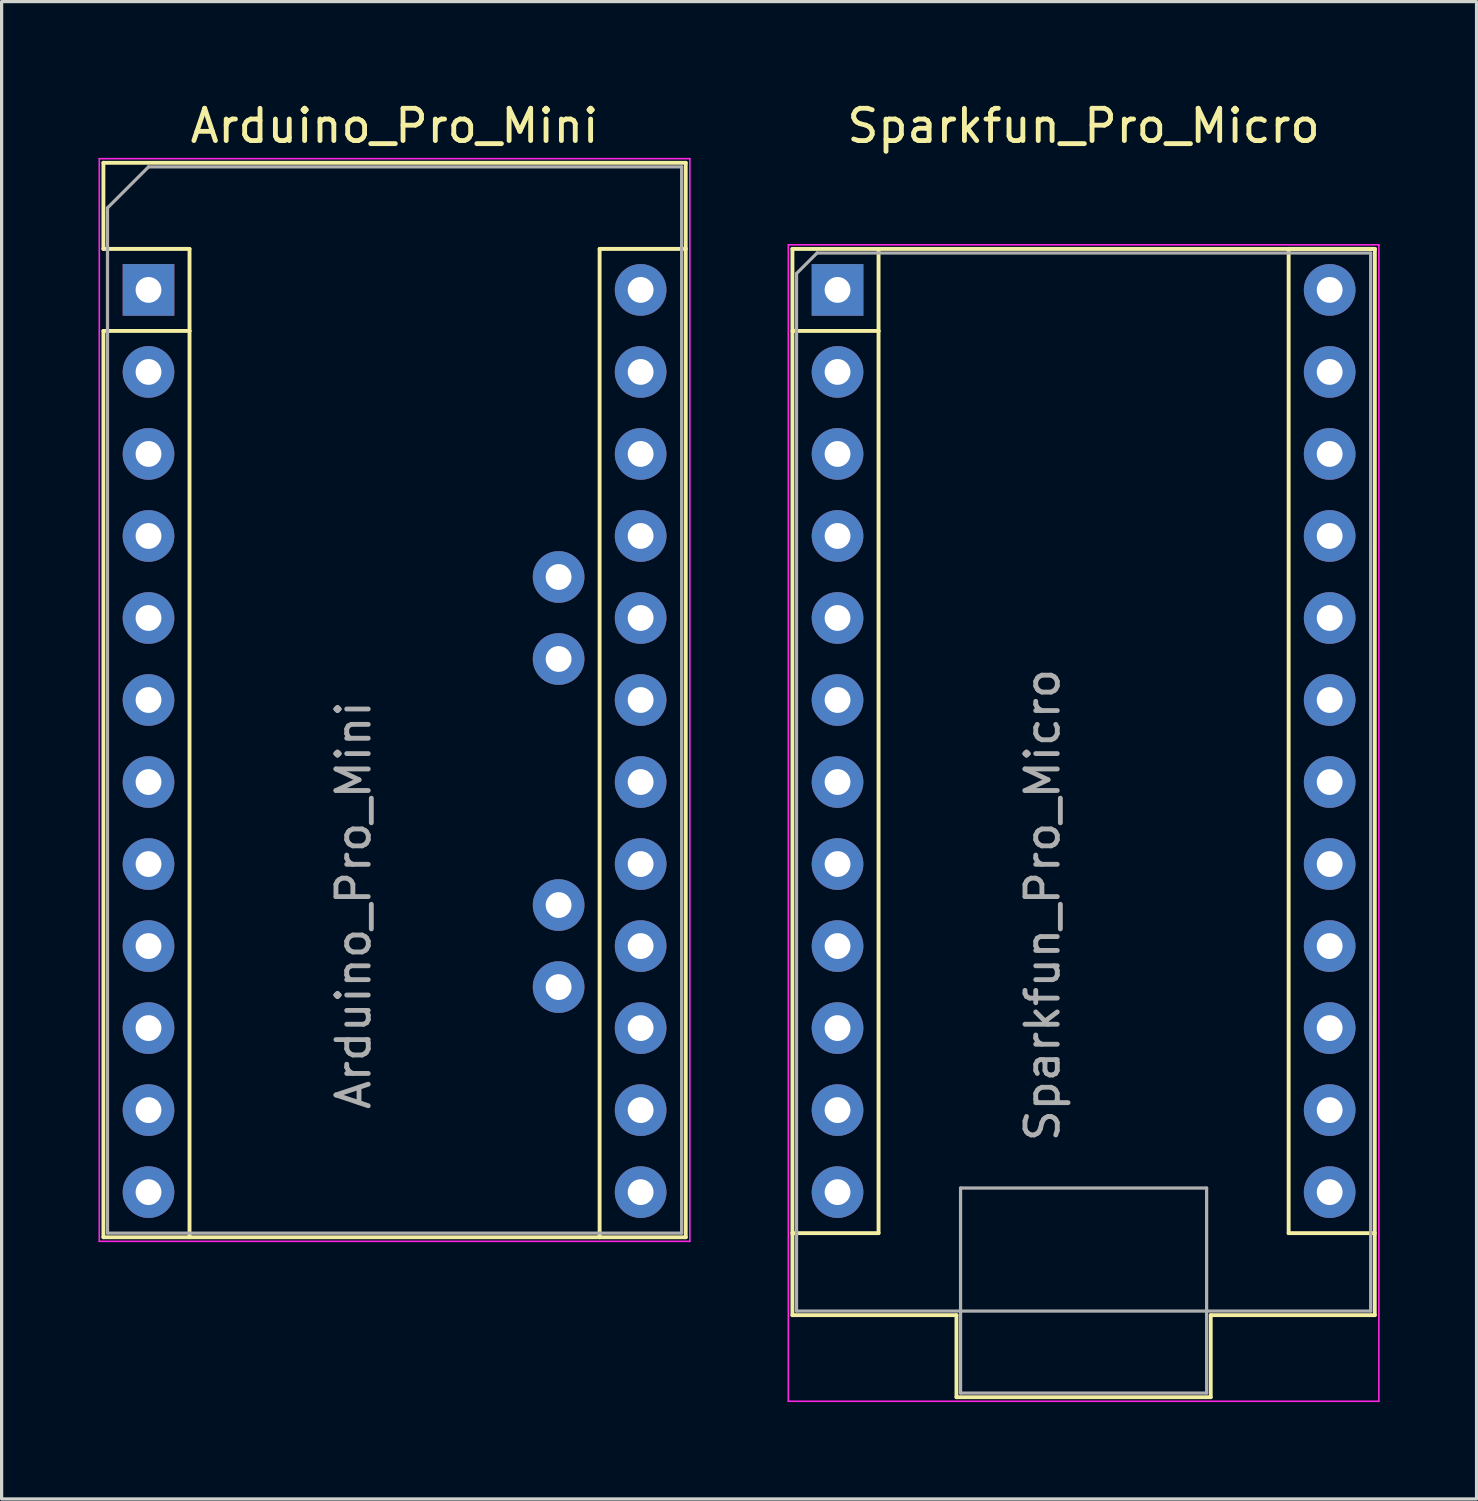
<source format=kicad_pcb>
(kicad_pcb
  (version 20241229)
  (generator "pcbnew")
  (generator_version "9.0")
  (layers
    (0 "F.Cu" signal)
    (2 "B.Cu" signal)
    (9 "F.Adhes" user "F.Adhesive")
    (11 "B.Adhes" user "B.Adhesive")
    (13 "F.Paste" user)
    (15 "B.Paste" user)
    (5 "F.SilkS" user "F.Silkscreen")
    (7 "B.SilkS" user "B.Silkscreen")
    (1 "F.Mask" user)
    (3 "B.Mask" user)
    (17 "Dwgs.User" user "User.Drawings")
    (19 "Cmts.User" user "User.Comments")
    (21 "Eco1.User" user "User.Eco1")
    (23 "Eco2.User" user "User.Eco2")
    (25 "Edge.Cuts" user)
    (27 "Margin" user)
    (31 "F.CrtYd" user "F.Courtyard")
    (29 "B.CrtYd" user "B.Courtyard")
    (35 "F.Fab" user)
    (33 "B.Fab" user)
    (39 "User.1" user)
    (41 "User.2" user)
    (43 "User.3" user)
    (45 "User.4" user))
  (footprint "Arduino_Pro_Mini"
    (layer "F.Cu")
    (at 1.549 5.928)
    (property "Reference" "Arduino_Pro_Mini" (at 7.62 -5.08 0) (layer "F.SilkS") (effects (font (size 1 1) (thickness 0.15))))
    (attr through_hole)
    (fp_line (start -1.397 -3.937) (end -1.397 -1.27) (stroke (width 0.12) (type solid)) (layer "F.SilkS"))
    (fp_line (start -1.397 1.27) (end -1.397 29.337) (stroke (width 0.12) (type solid)) (layer "F.SilkS"))
    (fp_line (start -1.397 29.337) (end 16.64 29.337) (stroke (width 0.12) (type solid)) (layer "F.SilkS"))
    (fp_line (start 1.27 -1.27) (end -1.397 -1.27) (stroke (width 0.12) (type solid)) (layer "F.SilkS"))
    (fp_line (start 1.27 1.27) (end -1.397 1.27) (stroke (width 0.12) (type solid)) (layer "F.SilkS"))
    (fp_line (start 1.27 1.27) (end 1.27 -1.27) (stroke (width 0.12) (type solid)) (layer "F.SilkS"))
    (fp_line (start 1.27 1.27) (end 1.27 29.337) (stroke (width 0.12) (type solid)) (layer "F.SilkS"))
    (fp_line (start 13.97 -1.27) (end 13.97 29.337) (stroke (width 0.12) (type solid)) (layer "F.SilkS"))
    (fp_line (start 13.97 -1.27) (end 16.64 -1.27) (stroke (width 0.12) (type solid)) (layer "F.SilkS"))
    (fp_line (start 16.637 -3.937) (end -1.397 -3.937) (stroke (width 0.12) (type solid)) (layer "F.SilkS"))
    (fp_line (start 16.637 29.337) (end 16.637 -3.937) (stroke (width 0.12) (type solid)) (layer "F.SilkS"))
    (fp_line (start -1.524 -4.064) (end -1.524 29.464) (stroke (width 0.05) (type solid)) (layer "F.CrtYd"))
    (fp_line (start -1.524 -4.064) (end 16.764 -4.064) (stroke (width 0.05) (type solid)) (layer "F.CrtYd"))
    (fp_line (start 16.764 29.464) (end -1.524 29.464) (stroke (width 0.05) (type solid)) (layer "F.CrtYd"))
    (fp_line (start 16.764 29.464) (end 16.764 -4.064) (stroke (width 0.05) (type solid)) (layer "F.CrtYd"))
    (fp_line (start -1.27 -2.54) (end 0 -3.81) (stroke (width 0.1) (type solid)) (layer "F.Fab"))
    (fp_line (start -1.27 29.21) (end -1.27 -2.54) (stroke (width 0.1) (type solid)) (layer "F.Fab"))
    (fp_line (start 0 -3.81) (end 16.51 -3.81) (stroke (width 0.1) (type solid)) (layer "F.Fab"))
    (fp_line (start 16.51 -3.81) (end 16.51 29.21) (stroke (width 0.1) (type solid)) (layer "F.Fab"))
    (fp_line (start 16.51 29.21) (end -1.27 29.21) (stroke (width 0.1) (type solid)) (layer "F.Fab"))
    (fp_text user "${REFERENCE}" (at 6.35 19.05 90) (layer "F.Fab") (effects (font (size 1 1) (thickness 0.15))))
    (pad "1" thru_hole rect (at 0 0) (size 1.6 1.6) (drill 0.8) (layers "*.Cu" "*.Mask"))
    (pad "2" thru_hole oval (at 0 2.54) (size 1.6 1.6) (drill 0.8) (layers "*.Cu" "*.Mask"))
    (pad "3" thru_hole oval (at 0 5.08) (size 1.6 1.6) (drill 0.8) (layers "*.Cu" "*.Mask"))
    (pad "4" thru_hole oval (at 0 7.62) (size 1.6 1.6) (drill 0.8) (layers "*.Cu" "*.Mask"))
    (pad "5" thru_hole oval (at 0 10.16) (size 1.6 1.6) (drill 0.8) (layers "*.Cu" "*.Mask"))
    (pad "6" thru_hole oval (at 0 12.7) (size 1.6 1.6) (drill 0.8) (layers "*.Cu" "*.Mask"))
    (pad "7" thru_hole oval (at 0 15.24) (size 1.6 1.6) (drill 0.8) (layers "*.Cu" "*.Mask"))
    (pad "8" thru_hole oval (at 0 17.78) (size 1.6 1.6) (drill 0.8) (layers "*.Cu" "*.Mask"))
    (pad "9" thru_hole oval (at 0 20.32) (size 1.6 1.6) (drill 0.8) (layers "*.Cu" "*.Mask"))
    (pad "10" thru_hole oval (at 0 22.86) (size 1.6 1.6) (drill 0.8) (layers "*.Cu" "*.Mask"))
    (pad "11" thru_hole oval (at 0 25.4) (size 1.6 1.6) (drill 0.8) (layers "*.Cu" "*.Mask"))
    (pad "12" thru_hole oval (at 0 27.94) (size 1.6 1.6) (drill 0.8) (layers "*.Cu" "*.Mask"))
    (pad "13" thru_hole oval (at 15.24 27.94) (size 1.6 1.6) (drill 0.8) (layers "*.Cu" "*.Mask"))
    (pad "14" thru_hole oval (at 15.24 25.4) (size 1.6 1.6) (drill 0.8) (layers "*.Cu" "*.Mask"))
    (pad "15" thru_hole oval (at 15.24 22.86) (size 1.6 1.6) (drill 0.8) (layers "*.Cu" "*.Mask"))
    (pad "16" thru_hole oval (at 15.24 20.32) (size 1.6 1.6) (drill 0.8) (layers "*.Cu" "*.Mask"))
    (pad "17" thru_hole oval (at 15.24 17.78) (size 1.6 1.6) (drill 0.8) (layers "*.Cu" "*.Mask"))
    (pad "18" thru_hole oval (at 15.24 15.24) (size 1.6 1.6) (drill 0.8) (layers "*.Cu" "*.Mask"))
    (pad "19" thru_hole oval (at 15.24 12.7) (size 1.6 1.6) (drill 0.8) (layers "*.Cu" "*.Mask"))
    (pad "20" thru_hole oval (at 15.24 10.16) (size 1.6 1.6) (drill 0.8) (layers "*.Cu" "*.Mask"))
    (pad "21" thru_hole oval (at 15.24 7.62) (size 1.6 1.6) (drill 0.8) (layers "*.Cu" "*.Mask"))
    (pad "22" thru_hole oval (at 15.24 5.08) (size 1.6 1.6) (drill 0.8) (layers "*.Cu" "*.Mask"))
    (pad "23" thru_hole oval (at 15.24 2.54) (size 1.6 1.6) (drill 0.8) (layers "*.Cu" "*.Mask"))
    (pad "24" thru_hole oval (at 15.24 0) (size 1.6 1.6) (drill 0.8) (layers "*.Cu" "*.Mask"))
    (pad "A4" thru_hole oval (at 12.7 11.43) (size 1.6 1.6) (drill 0.8) (layers "*.Cu" "*.Mask"))
    (pad "A5" thru_hole oval (at 12.7 8.89) (size 1.6 1.6) (drill 0.8) (layers "*.Cu" "*.Mask"))
    (pad "A6" thru_hole oval (at 12.7 21.59) (size 1.6 1.6) (drill 0.8) (layers "*.Cu" "*.Mask"))
    (pad "A7" thru_hole oval (at 12.7 19.05) (size 1.6 1.6) (drill 0.8) (layers "*.Cu" "*.Mask")))
  (footprint "Sparkfun_Pro_Micro"
    (layer "F.Cu")
    (at 22.887 5.928)
    (property "Reference" "Sparkfun_Pro_Micro" (at 7.62 -5.08 0) (layer "F.SilkS") (effects (font (size 1 1) (thickness 0.15))))
    (attr through_hole)
    (fp_line (start -1.397 -1.27) (end -1.397 31.75) (stroke (width 0.12) (type solid)) (layer "F.SilkS"))
    (fp_line (start -1.397 31.75) (end 3.683 31.75) (stroke (width 0.12) (type solid)) (layer "F.SilkS"))
    (fp_line (start 1.27 -1.27) (end -1.397 -1.27) (stroke (width 0.12) (type solid)) (layer "F.SilkS"))
    (fp_line (start 1.27 1.27) (end -1.397 1.27) (stroke (width 0.12) (type solid)) (layer "F.SilkS"))
    (fp_line (start 1.27 1.27) (end 1.27 -1.27) (stroke (width 0.12) (type solid)) (layer "F.SilkS"))
    (fp_line (start 1.27 1.27) (end 1.27 29.21) (stroke (width 0.12) (type solid)) (layer "F.SilkS"))
    (fp_line (start 1.27 29.21) (end -1.4 29.21) (stroke (width 0.12) (type solid)) (layer "F.SilkS"))
    (fp_line (start 3.683 34.29) (end 3.683 31.75) (stroke (width 0.12) (type solid)) (layer "F.SilkS"))
    (fp_line (start 3.683 34.29) (end 11.557 34.29) (stroke (width 0.12) (type solid)) (layer "F.SilkS"))
    (fp_line (start 11.557 31.75) (end 16.637 31.75) (stroke (width 0.12) (type solid)) (layer "F.SilkS"))
    (fp_line (start 11.557 34.29) (end 11.557 31.75) (stroke (width 0.12) (type solid)) (layer "F.SilkS"))
    (fp_line (start 13.97 -1.27) (end 13.97 29.21) (stroke (width 0.12) (type solid)) (layer "F.SilkS"))
    (fp_line (start 13.97 -1.27) (end 16.64 -1.27) (stroke (width 0.12) (type solid)) (layer "F.SilkS"))
    (fp_line (start 13.97 29.21) (end 16.64 29.21) (stroke (width 0.12) (type solid)) (layer "F.SilkS"))
    (fp_line (start 16.637 -1.27) (end 1.27 -1.27) (stroke (width 0.12) (type solid)) (layer "F.SilkS"))
    (fp_line (start 16.637 31.75) (end 16.64 -1.27) (stroke (width 0.12) (type solid)) (layer "F.SilkS"))
    (fp_line (start -1.524 -1.397) (end -1.524 34.417) (stroke (width 0.05) (type solid)) (layer "F.CrtYd"))
    (fp_line (start -1.524 -1.397) (end 16.764 -1.397) (stroke (width 0.05) (type solid)) (layer "F.CrtYd"))
    (fp_line (start 16.764 34.417) (end -1.524 34.417) (stroke (width 0.05) (type solid)) (layer "F.CrtYd"))
    (fp_line (start 16.764 34.417) (end 16.764 -1.397) (stroke (width 0.05) (type solid)) (layer "F.CrtYd"))
    (fp_line (start -1.27 -0.508) (end -0.635 -1.143) (stroke (width 0.1) (type solid)) (layer "F.Fab"))
    (fp_line (start -1.27 31.623) (end -1.27 -0.508) (stroke (width 0.1) (type solid)) (layer "F.Fab"))
    (fp_line (start -0.635 -1.143) (end 16.51 -1.143) (stroke (width 0.1) (type solid)) (layer "F.Fab"))
    (fp_line (start 3.81 27.813) (end 11.43 27.813) (stroke (width 0.1) (type solid)) (layer "F.Fab"))
    (fp_line (start 3.81 34.163) (end 3.81 27.813) (stroke (width 0.1) (type solid)) (layer "F.Fab"))
    (fp_line (start 11.43 27.813) (end 11.43 34.163) (stroke (width 0.1) (type solid)) (layer "F.Fab"))
    (fp_line (start 11.43 34.163) (end 3.81 34.163) (stroke (width 0.1) (type solid)) (layer "F.Fab"))
    (fp_line (start 16.51 -1.143) (end 16.51 31.623) (stroke (width 0.1) (type solid)) (layer "F.Fab"))
    (fp_line (start 16.51 31.623) (end -1.27 31.623) (stroke (width 0.1) (type solid)) (layer "F.Fab"))
    (fp_text user "${REFERENCE}" (at 6.35 19.05 90) (layer "F.Fab") (effects (font (size 1 1) (thickness 0.15))))
    (pad "1" thru_hole rect (at 0 0) (size 1.6 1.6) (drill 0.8) (layers "*.Cu" "*.Mask"))
    (pad "2" thru_hole oval (at 0 2.54) (size 1.6 1.6) (drill 0.8) (layers "*.Cu" "*.Mask"))
    (pad "3" thru_hole oval (at 0 5.08) (size 1.6 1.6) (drill 0.8) (layers "*.Cu" "*.Mask"))
    (pad "4" thru_hole oval (at 0 7.62) (size 1.6 1.6) (drill 0.8) (layers "*.Cu" "*.Mask"))
    (pad "5" thru_hole oval (at 0 10.16) (size 1.6 1.6) (drill 0.8) (layers "*.Cu" "*.Mask"))
    (pad "6" thru_hole oval (at 0 12.7) (size 1.6 1.6) (drill 0.8) (layers "*.Cu" "*.Mask"))
    (pad "7" thru_hole oval (at 0 15.24) (size 1.6 1.6) (drill 0.8) (layers "*.Cu" "*.Mask"))
    (pad "8" thru_hole oval (at 0 17.78) (size 1.6 1.6) (drill 0.8) (layers "*.Cu" "*.Mask"))
    (pad "9" thru_hole oval (at 0 20.32) (size 1.6 1.6) (drill 0.8) (layers "*.Cu" "*.Mask"))
    (pad "10" thru_hole oval (at 0 22.86) (size 1.6 1.6) (drill 0.8) (layers "*.Cu" "*.Mask"))
    (pad "11" thru_hole oval (at 0 25.4) (size 1.6 1.6) (drill 0.8) (layers "*.Cu" "*.Mask"))
    (pad "12" thru_hole oval (at 0 27.94) (size 1.6 1.6) (drill 0.8) (layers "*.Cu" "*.Mask"))
    (pad "13" thru_hole oval (at 15.24 27.94) (size 1.6 1.6) (drill 0.8) (layers "*.Cu" "*.Mask"))
    (pad "14" thru_hole oval (at 15.24 25.4) (size 1.6 1.6) (drill 0.8) (layers "*.Cu" "*.Mask"))
    (pad "15" thru_hole oval (at 15.24 22.86) (size 1.6 1.6) (drill 0.8) (layers "*.Cu" "*.Mask"))
    (pad "16" thru_hole oval (at 15.24 20.32) (size 1.6 1.6) (drill 0.8) (layers "*.Cu" "*.Mask"))
    (pad "17" thru_hole oval (at 15.24 17.78) (size 1.6 1.6) (drill 0.8) (layers "*.Cu" "*.Mask"))
    (pad "18" thru_hole oval (at 15.24 15.24) (size 1.6 1.6) (drill 0.8) (layers "*.Cu" "*.Mask"))
    (pad "19" thru_hole oval (at 15.24 12.7) (size 1.6 1.6) (drill 0.8) (layers "*.Cu" "*.Mask"))
    (pad "20" thru_hole oval (at 15.24 10.16) (size 1.6 1.6) (drill 0.8) (layers "*.Cu" "*.Mask"))
    (pad "21" thru_hole oval (at 15.24 7.62) (size 1.6 1.6) (drill 0.8) (layers "*.Cu" "*.Mask"))
    (pad "22" thru_hole oval (at 15.24 5.08) (size 1.6 1.6) (drill 0.8) (layers "*.Cu" "*.Mask"))
    (pad "23" thru_hole oval (at 15.24 2.54) (size 1.6 1.6) (drill 0.8) (layers "*.Cu" "*.Mask"))
    (pad "24" thru_hole oval (at 15.24 0) (size 1.6 1.6) (drill 0.8) (layers "*.Cu" "*.Mask")))
  (gr_rect
    (start -3 -3)
    (end 42.676 43.37)
    (stroke (width 0.1) (type default))
    (fill no)
    (layer "Edge.Cuts")))
</source>
